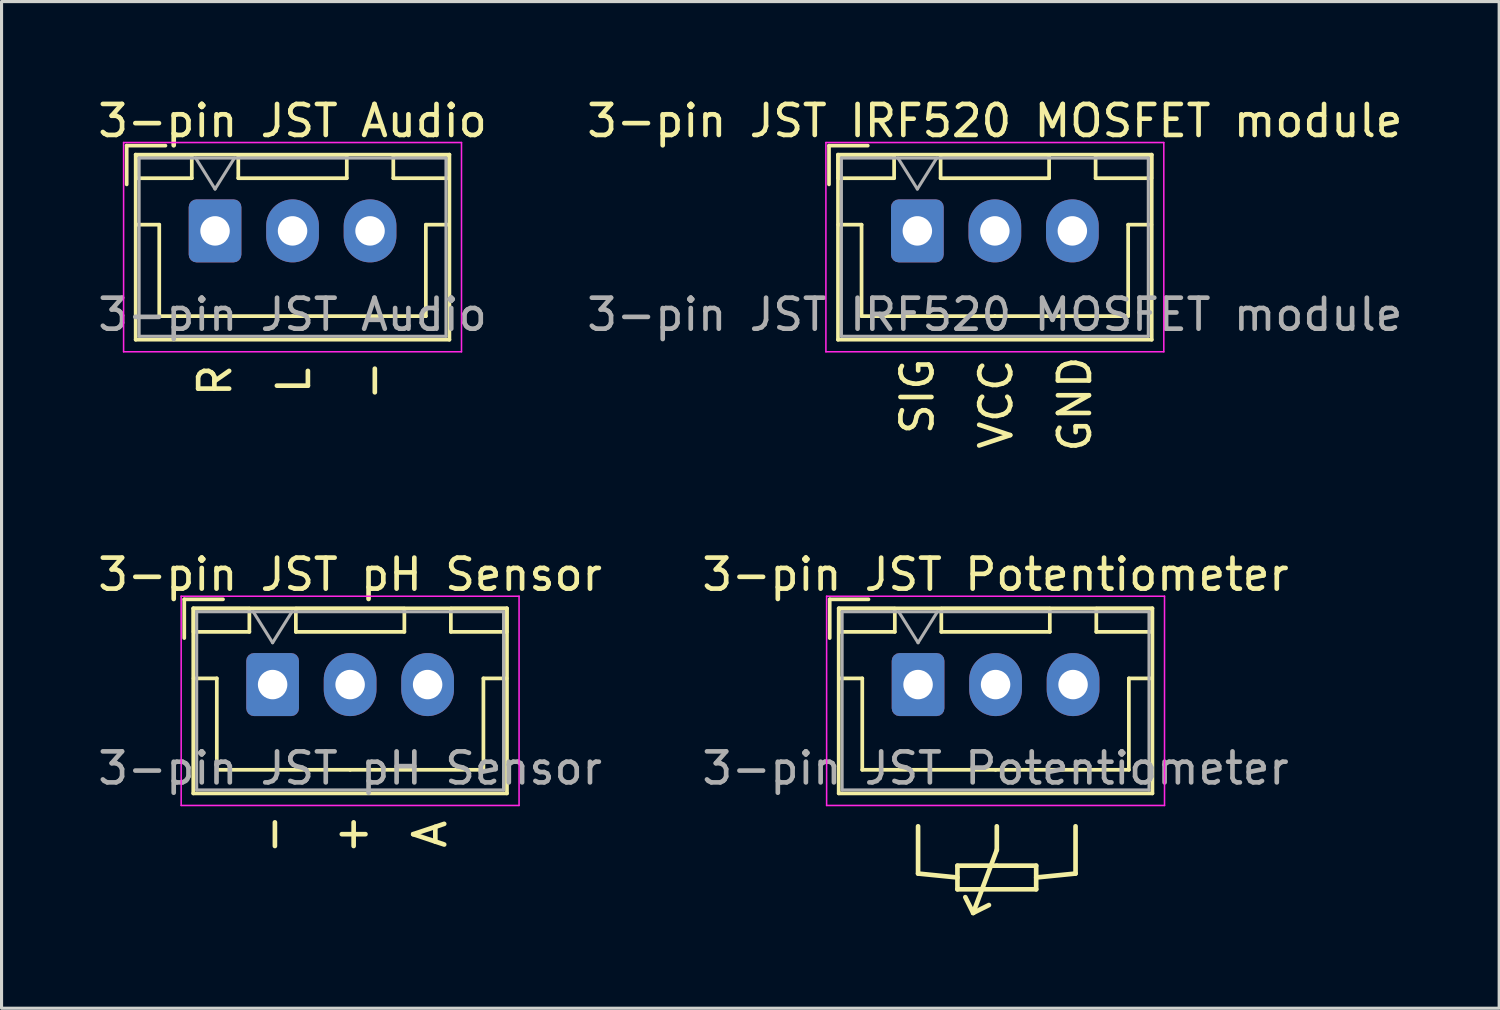
<source format=kicad_pcb>
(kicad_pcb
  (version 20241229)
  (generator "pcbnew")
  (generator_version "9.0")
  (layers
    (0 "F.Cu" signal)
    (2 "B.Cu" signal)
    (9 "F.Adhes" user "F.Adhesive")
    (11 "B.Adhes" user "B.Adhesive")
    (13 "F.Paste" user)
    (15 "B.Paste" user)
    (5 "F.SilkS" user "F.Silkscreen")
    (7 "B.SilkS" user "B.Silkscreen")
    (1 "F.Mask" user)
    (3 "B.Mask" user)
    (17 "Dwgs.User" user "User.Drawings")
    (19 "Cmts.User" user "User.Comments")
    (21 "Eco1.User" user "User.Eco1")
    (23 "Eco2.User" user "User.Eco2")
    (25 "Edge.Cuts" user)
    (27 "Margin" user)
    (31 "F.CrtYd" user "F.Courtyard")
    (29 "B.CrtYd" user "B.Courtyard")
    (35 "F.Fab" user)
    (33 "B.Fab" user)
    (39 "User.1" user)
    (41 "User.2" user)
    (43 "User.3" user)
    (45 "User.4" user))
  (footprint "3-pin JST Audio"
    (layer "F.Cu")
    (at 3.887 4.398)
    (property "Reference" "3-pin JST Audio" (at 2.5 -3.55 0) (layer "F.SilkS") (effects (font (size 1 1) (thickness 0.15))))
    (attr through_hole)
    (fp_line (start -2.85 -2.75) (end -2.85 -1.5) (stroke (width 0.12) (type solid)) (layer "F.SilkS"))
    (fp_line (start -2.56 -2.46) (end -2.56 3.51) (stroke (width 0.12) (type solid)) (layer "F.SilkS"))
    (fp_line (start -2.56 3.51) (end 7.56 3.51) (stroke (width 0.12) (type solid)) (layer "F.SilkS"))
    (fp_line (start -2.55 -2.45) (end -2.55 -1.7) (stroke (width 0.12) (type solid)) (layer "F.SilkS"))
    (fp_line (start -2.55 -1.7) (end -0.75 -1.7) (stroke (width 0.12) (type solid)) (layer "F.SilkS"))
    (fp_line (start -2.55 -0.2) (end -1.8 -0.2) (stroke (width 0.12) (type solid)) (layer "F.SilkS"))
    (fp_line (start -1.8 -0.2) (end -1.8 2.75) (stroke (width 0.12) (type solid)) (layer "F.SilkS"))
    (fp_line (start -1.8 2.75) (end 2.5 2.75) (stroke (width 0.12) (type solid)) (layer "F.SilkS"))
    (fp_line (start -1.6 -2.75) (end -2.85 -2.75) (stroke (width 0.12) (type solid)) (layer "F.SilkS"))
    (fp_line (start -0.75 -2.45) (end -2.55 -2.45) (stroke (width 0.12) (type solid)) (layer "F.SilkS"))
    (fp_line (start -0.75 -1.7) (end -0.75 -2.45) (stroke (width 0.12) (type solid)) (layer "F.SilkS"))
    (fp_line (start 0.75 -2.45) (end 0.75 -1.7) (stroke (width 0.12) (type solid)) (layer "F.SilkS"))
    (fp_line (start 0.75 -1.7) (end 4.25 -1.7) (stroke (width 0.12) (type solid)) (layer "F.SilkS"))
    (fp_line (start 4.25 -2.45) (end 0.75 -2.45) (stroke (width 0.12) (type solid)) (layer "F.SilkS"))
    (fp_line (start 4.25 -1.7) (end 4.25 -2.45) (stroke (width 0.12) (type solid)) (layer "F.SilkS"))
    (fp_line (start 5.75 -2.45) (end 5.75 -1.7) (stroke (width 0.12) (type solid)) (layer "F.SilkS"))
    (fp_line (start 5.75 -1.7) (end 7.55 -1.7) (stroke (width 0.12) (type solid)) (layer "F.SilkS"))
    (fp_line (start 6.8 -0.2) (end 6.8 2.75) (stroke (width 0.12) (type solid)) (layer "F.SilkS"))
    (fp_line (start 6.8 2.75) (end 2.5 2.75) (stroke (width 0.12) (type solid)) (layer "F.SilkS"))
    (fp_line (start 7.55 -2.45) (end 5.75 -2.45) (stroke (width 0.12) (type solid)) (layer "F.SilkS"))
    (fp_line (start 7.55 -1.7) (end 7.55 -2.45) (stroke (width 0.12) (type solid)) (layer "F.SilkS"))
    (fp_line (start 7.55 -0.2) (end 6.8 -0.2) (stroke (width 0.12) (type solid)) (layer "F.SilkS"))
    (fp_line (start 7.56 -2.46) (end -2.56 -2.46) (stroke (width 0.12) (type solid)) (layer "F.SilkS"))
    (fp_line (start 7.56 3.51) (end 7.56 -2.46) (stroke (width 0.12) (type solid)) (layer "F.SilkS"))
    (fp_line (start -2.95 -2.85) (end -2.95 3.9) (stroke (width 0.05) (type solid)) (layer "F.CrtYd"))
    (fp_line (start -2.95 3.9) (end 7.95 3.9) (stroke (width 0.05) (type solid)) (layer "F.CrtYd"))
    (fp_line (start 7.95 -2.85) (end -2.95 -2.85) (stroke (width 0.05) (type solid)) (layer "F.CrtYd"))
    (fp_line (start 7.95 3.9) (end 7.95 -2.85) (stroke (width 0.05) (type solid)) (layer "F.CrtYd"))
    (fp_line (start -2.45 -2.35) (end -2.45 3.4) (stroke (width 0.1) (type solid)) (layer "F.Fab"))
    (fp_line (start -2.45 3.4) (end 7.45 3.4) (stroke (width 0.1) (type solid)) (layer "F.Fab"))
    (fp_line (start -0.625 -2.35) (end 0 -1.35) (stroke (width 0.1) (type solid)) (layer "F.Fab"))
    (fp_line (start 0 -1.35) (end 0.625 -2.35) (stroke (width 0.1) (type solid)) (layer "F.Fab"))
    (fp_line (start 7.45 -2.35) (end -2.45 -2.35) (stroke (width 0.1) (type solid)) (layer "F.Fab"))
    (fp_line (start 7.45 3.4) (end 7.45 -2.35) (stroke (width 0.1) (type solid)) (layer "F.Fab"))
    (fp_text user "-" (at 5.08 4.826 90) (unlocked yes) (layer "F.SilkS") (effects (font (size 1 1) (thickness 0.15))))
    (fp_text user "L" (at 2.54 4.826 90) (unlocked yes) (layer "F.SilkS") (effects (font (size 1 1) (thickness 0.15))))
    (fp_text user "R" (at 0 4.826 90) (unlocked yes) (layer "F.SilkS") (effects (font (size 1 1) (thickness 0.15))))
    (fp_text user "${REFERENCE}" (at 2.5 2.7 0) (layer "F.Fab") (effects (font (size 1 1) (thickness 0.15))))
    (pad "1" thru_hole roundrect (at 0 0) (size 1.7 2.032) (drill 0.95) (layers "*.Cu" "*.Mask") (roundrect_rratio 0.147))
    (pad "2" thru_hole oval (at 2.5 0) (size 1.7 2.032) (drill 0.95) (layers "*.Cu" "*.Mask"))
    (pad "3" thru_hole oval (at 5 0) (size 1.7 2.032) (drill 0.95) (layers "*.Cu" "*.Mask")))
  (footprint "3-pin JST Potentiometer"
    (layer "F.Cu")
    (at 26.565 19.033)
    (property "Reference" "3-pin JST Potentiometer" (at 2.5 -3.55 0) (layer "F.SilkS") (effects (font (size 1 1) (thickness 0.15))))
    (attr through_hole)
    (fp_line (start -2.85 -2.75) (end -2.85 -1.5) (stroke (width 0.12) (type solid)) (layer "F.SilkS"))
    (fp_line (start -2.56 -2.46) (end -2.56 3.51) (stroke (width 0.12) (type solid)) (layer "F.SilkS"))
    (fp_line (start -2.56 3.51) (end 7.56 3.51) (stroke (width 0.12) (type solid)) (layer "F.SilkS"))
    (fp_line (start -2.55 -2.45) (end -2.55 -1.7) (stroke (width 0.12) (type solid)) (layer "F.SilkS"))
    (fp_line (start -2.55 -1.7) (end -0.75 -1.7) (stroke (width 0.12) (type solid)) (layer "F.SilkS"))
    (fp_line (start -2.55 -0.2) (end -1.8 -0.2) (stroke (width 0.12) (type solid)) (layer "F.SilkS"))
    (fp_line (start -1.8 -0.2) (end -1.8 2.75) (stroke (width 0.12) (type solid)) (layer "F.SilkS"))
    (fp_line (start -1.8 2.75) (end 2.5 2.75) (stroke (width 0.12) (type solid)) (layer "F.SilkS"))
    (fp_line (start -1.6 -2.75) (end -2.85 -2.75) (stroke (width 0.12) (type solid)) (layer "F.SilkS"))
    (fp_line (start -0.75 -2.45) (end -2.55 -2.45) (stroke (width 0.12) (type solid)) (layer "F.SilkS"))
    (fp_line (start -0.75 -1.7) (end -0.75 -2.45) (stroke (width 0.12) (type solid)) (layer "F.SilkS"))
    (fp_line (start 0 6.096) (end 0 4.572) (stroke (width 0.15) (type solid)) (layer "F.SilkS"))
    (fp_line (start 0.75 -2.45) (end 0.75 -1.7) (stroke (width 0.12) (type solid)) (layer "F.SilkS"))
    (fp_line (start 0.75 -1.7) (end 4.25 -1.7) (stroke (width 0.12) (type solid)) (layer "F.SilkS"))
    (fp_line (start 1.27 5.842) (end 1.27 6.604) (stroke (width 0.15) (type solid)) (layer "F.SilkS"))
    (fp_line (start 1.27 6.223) (end 0 6.096) (stroke (width 0.15) (type solid)) (layer "F.SilkS"))
    (fp_line (start 1.27 6.604) (end 3.81 6.604) (stroke (width 0.15) (type solid)) (layer "F.SilkS"))
    (fp_line (start 1.778 7.366) (end 1.524 6.858) (stroke (width 0.15) (type solid)) (layer "F.SilkS"))
    (fp_line (start 1.778 7.366) (end 2.286 7.112) (stroke (width 0.15) (type solid)) (layer "F.SilkS"))
    (fp_line (start 2.54 4.572) (end 2.54 5.334) (stroke (width 0.15) (type solid)) (layer "F.SilkS"))
    (fp_line (start 2.54 5.334) (end 1.778 7.366) (stroke (width 0.15) (type solid)) (layer "F.SilkS"))
    (fp_line (start 2.54 5.842) (end 1.27 5.842) (stroke (width 0.15) (type solid)) (layer "F.SilkS"))
    (fp_line (start 3.81 5.842) (end 2.54 5.842) (stroke (width 0.15) (type solid)) (layer "F.SilkS"))
    (fp_line (start 3.81 6.223) (end 5.08 6.096) (stroke (width 0.15) (type solid)) (layer "F.SilkS"))
    (fp_line (start 3.81 6.604) (end 3.81 5.842) (stroke (width 0.15) (type solid)) (layer "F.SilkS"))
    (fp_line (start 4.25 -2.45) (end 0.75 -2.45) (stroke (width 0.12) (type solid)) (layer "F.SilkS"))
    (fp_line (start 4.25 -1.7) (end 4.25 -2.45) (stroke (width 0.12) (type solid)) (layer "F.SilkS"))
    (fp_line (start 5.08 6.096) (end 5.08 4.572) (stroke (width 0.15) (type solid)) (layer "F.SilkS"))
    (fp_line (start 5.75 -2.45) (end 5.75 -1.7) (stroke (width 0.12) (type solid)) (layer "F.SilkS"))
    (fp_line (start 5.75 -1.7) (end 7.55 -1.7) (stroke (width 0.12) (type solid)) (layer "F.SilkS"))
    (fp_line (start 6.8 -0.2) (end 6.8 2.75) (stroke (width 0.12) (type solid)) (layer "F.SilkS"))
    (fp_line (start 6.8 2.75) (end 2.5 2.75) (stroke (width 0.12) (type solid)) (layer "F.SilkS"))
    (fp_line (start 7.55 -2.45) (end 5.75 -2.45) (stroke (width 0.12) (type solid)) (layer "F.SilkS"))
    (fp_line (start 7.55 -1.7) (end 7.55 -2.45) (stroke (width 0.12) (type solid)) (layer "F.SilkS"))
    (fp_line (start 7.55 -0.2) (end 6.8 -0.2) (stroke (width 0.12) (type solid)) (layer "F.SilkS"))
    (fp_line (start 7.56 -2.46) (end -2.56 -2.46) (stroke (width 0.12) (type solid)) (layer "F.SilkS"))
    (fp_line (start 7.56 3.51) (end 7.56 -2.46) (stroke (width 0.12) (type solid)) (layer "F.SilkS"))
    (fp_line (start -2.95 -2.85) (end -2.95 3.9) (stroke (width 0.05) (type solid)) (layer "F.CrtYd"))
    (fp_line (start -2.95 3.9) (end 7.95 3.9) (stroke (width 0.05) (type solid)) (layer "F.CrtYd"))
    (fp_line (start 7.95 -2.85) (end -2.95 -2.85) (stroke (width 0.05) (type solid)) (layer "F.CrtYd"))
    (fp_line (start 7.95 3.9) (end 7.95 -2.85) (stroke (width 0.05) (type solid)) (layer "F.CrtYd"))
    (fp_line (start -2.45 -2.35) (end -2.45 3.4) (stroke (width 0.1) (type solid)) (layer "F.Fab"))
    (fp_line (start -2.45 3.4) (end 7.45 3.4) (stroke (width 0.1) (type solid)) (layer "F.Fab"))
    (fp_line (start -0.625 -2.35) (end 0 -1.35) (stroke (width 0.1) (type solid)) (layer "F.Fab"))
    (fp_line (start 0 -1.35) (end 0.625 -2.35) (stroke (width 0.1) (type solid)) (layer "F.Fab"))
    (fp_line (start 7.45 -2.35) (end -2.45 -2.35) (stroke (width 0.1) (type solid)) (layer "F.Fab"))
    (fp_line (start 7.45 3.4) (end 7.45 -2.35) (stroke (width 0.1) (type solid)) (layer "F.Fab"))
    (fp_text user "${REFERENCE}" (at 2.5 2.7 0) (layer "F.Fab") (effects (font (size 1 1) (thickness 0.15))))
    (pad "1" thru_hole roundrect (at 0 0) (size 1.7 2.032) (drill 0.95) (layers "*.Cu" "*.Mask") (roundrect_rratio 0.147))
    (pad "2" thru_hole oval (at 2.5 0) (size 1.7 2.032) (drill 0.95) (layers "*.Cu" "*.Mask"))
    (pad "3" thru_hole oval (at 5 0) (size 1.7 2.032) (drill 0.95) (layers "*.Cu" "*.Mask")))
  (footprint "3-pin JST IRF520 MOSFET module"
    (layer "F.Cu")
    (at 26.542 4.398)
    (property "Reference" "3-pin JST IRF520 MOSFET module" (at 2.5 -3.55 0) (layer "F.SilkS") (effects (font (size 1 1) (thickness 0.15))))
    (attr through_hole)
    (fp_line (start -2.85 -2.75) (end -2.85 -1.5) (stroke (width 0.12) (type solid)) (layer "F.SilkS"))
    (fp_line (start -2.56 -2.46) (end -2.56 3.51) (stroke (width 0.12) (type solid)) (layer "F.SilkS"))
    (fp_line (start -2.56 3.51) (end 7.56 3.51) (stroke (width 0.12) (type solid)) (layer "F.SilkS"))
    (fp_line (start -2.55 -2.45) (end -2.55 -1.7) (stroke (width 0.12) (type solid)) (layer "F.SilkS"))
    (fp_line (start -2.55 -1.7) (end -0.75 -1.7) (stroke (width 0.12) (type solid)) (layer "F.SilkS"))
    (fp_line (start -2.55 -0.2) (end -1.8 -0.2) (stroke (width 0.12) (type solid)) (layer "F.SilkS"))
    (fp_line (start -1.8 -0.2) (end -1.8 2.75) (stroke (width 0.12) (type solid)) (layer "F.SilkS"))
    (fp_line (start -1.8 2.75) (end 2.5 2.75) (stroke (width 0.12) (type solid)) (layer "F.SilkS"))
    (fp_line (start -1.6 -2.75) (end -2.85 -2.75) (stroke (width 0.12) (type solid)) (layer "F.SilkS"))
    (fp_line (start -0.75 -2.45) (end -2.55 -2.45) (stroke (width 0.12) (type solid)) (layer "F.SilkS"))
    (fp_line (start -0.75 -1.7) (end -0.75 -2.45) (stroke (width 0.12) (type solid)) (layer "F.SilkS"))
    (fp_line (start 0.75 -2.45) (end 0.75 -1.7) (stroke (width 0.12) (type solid)) (layer "F.SilkS"))
    (fp_line (start 0.75 -1.7) (end 4.25 -1.7) (stroke (width 0.12) (type solid)) (layer "F.SilkS"))
    (fp_line (start 4.25 -2.45) (end 0.75 -2.45) (stroke (width 0.12) (type solid)) (layer "F.SilkS"))
    (fp_line (start 4.25 -1.7) (end 4.25 -2.45) (stroke (width 0.12) (type solid)) (layer "F.SilkS"))
    (fp_line (start 5.75 -2.45) (end 5.75 -1.7) (stroke (width 0.12) (type solid)) (layer "F.SilkS"))
    (fp_line (start 5.75 -1.7) (end 7.55 -1.7) (stroke (width 0.12) (type solid)) (layer "F.SilkS"))
    (fp_line (start 6.8 -0.2) (end 6.8 2.75) (stroke (width 0.12) (type solid)) (layer "F.SilkS"))
    (fp_line (start 6.8 2.75) (end 2.5 2.75) (stroke (width 0.12) (type solid)) (layer "F.SilkS"))
    (fp_line (start 7.55 -2.45) (end 5.75 -2.45) (stroke (width 0.12) (type solid)) (layer "F.SilkS"))
    (fp_line (start 7.55 -1.7) (end 7.55 -2.45) (stroke (width 0.12) (type solid)) (layer "F.SilkS"))
    (fp_line (start 7.55 -0.2) (end 6.8 -0.2) (stroke (width 0.12) (type solid)) (layer "F.SilkS"))
    (fp_line (start 7.56 -2.46) (end -2.56 -2.46) (stroke (width 0.12) (type solid)) (layer "F.SilkS"))
    (fp_line (start 7.56 3.51) (end 7.56 -2.46) (stroke (width 0.12) (type solid)) (layer "F.SilkS"))
    (fp_line (start -2.95 -2.85) (end -2.95 3.9) (stroke (width 0.05) (type solid)) (layer "F.CrtYd"))
    (fp_line (start -2.95 3.9) (end 7.95 3.9) (stroke (width 0.05) (type solid)) (layer "F.CrtYd"))
    (fp_line (start 7.95 -2.85) (end -2.95 -2.85) (stroke (width 0.05) (type solid)) (layer "F.CrtYd"))
    (fp_line (start 7.95 3.9) (end 7.95 -2.85) (stroke (width 0.05) (type solid)) (layer "F.CrtYd"))
    (fp_line (start -2.45 -2.35) (end -2.45 3.4) (stroke (width 0.1) (type solid)) (layer "F.Fab"))
    (fp_line (start -2.45 3.4) (end 7.45 3.4) (stroke (width 0.1) (type solid)) (layer "F.Fab"))
    (fp_line (start -0.625 -2.35) (end 0 -1.35) (stroke (width 0.1) (type solid)) (layer "F.Fab"))
    (fp_line (start 0 -1.35) (end 0.625 -2.35) (stroke (width 0.1) (type solid)) (layer "F.Fab"))
    (fp_line (start 7.45 -2.35) (end -2.45 -2.35) (stroke (width 0.1) (type solid)) (layer "F.Fab"))
    (fp_line (start 7.45 3.4) (end 7.45 -2.35) (stroke (width 0.1) (type solid)) (layer "F.Fab"))
    (fp_text user "SIG" (at 0 5.334 90) (unlocked yes) (layer "F.SilkS") (effects (font (size 1 1) (thickness 0.15))))
    (fp_text user "VCC" (at 2.54 5.588 90) (unlocked yes) (layer "F.SilkS") (effects (font (size 1 1) (thickness 0.15))))
    (fp_text user "GND" (at 5.08 5.588 90) (unlocked yes) (layer "F.SilkS") (effects (font (size 1 1) (thickness 0.15))))
    (fp_text user "${REFERENCE}" (at 2.5 2.7 0) (layer "F.Fab") (effects (font (size 1 1) (thickness 0.15))))
    (pad "1" thru_hole roundrect (at 0 0) (size 1.7 2.032) (drill 0.95) (layers "*.Cu" "*.Mask") (roundrect_rratio 0.147))
    (pad "2" thru_hole oval (at 2.5 0) (size 1.7 2.032) (drill 0.95) (layers "*.Cu" "*.Mask"))
    (pad "3" thru_hole oval (at 5 0) (size 1.7 2.032) (drill 0.95) (layers "*.Cu" "*.Mask")))
  (footprint "3-pin JST pH Sensor"
    (layer "F.Cu")
    (at 5.744 19.033)
    (property "Reference" "3-pin JST pH Sensor" (at 2.5 -3.55 0) (layer "F.SilkS") (effects (font (size 1 1) (thickness 0.15))))
    (attr through_hole)
    (fp_line (start -2.85 -2.75) (end -2.85 -1.5) (stroke (width 0.12) (type solid)) (layer "F.SilkS"))
    (fp_line (start -2.56 -2.46) (end -2.56 3.51) (stroke (width 0.12) (type solid)) (layer "F.SilkS"))
    (fp_line (start -2.56 3.51) (end 7.56 3.51) (stroke (width 0.12) (type solid)) (layer "F.SilkS"))
    (fp_line (start -2.55 -2.45) (end -2.55 -1.7) (stroke (width 0.12) (type solid)) (layer "F.SilkS"))
    (fp_line (start -2.55 -1.7) (end -0.75 -1.7) (stroke (width 0.12) (type solid)) (layer "F.SilkS"))
    (fp_line (start -2.55 -0.2) (end -1.8 -0.2) (stroke (width 0.12) (type solid)) (layer "F.SilkS"))
    (fp_line (start -1.8 -0.2) (end -1.8 2.75) (stroke (width 0.12) (type solid)) (layer "F.SilkS"))
    (fp_line (start -1.8 2.75) (end 2.5 2.75) (stroke (width 0.12) (type solid)) (layer "F.SilkS"))
    (fp_line (start -1.6 -2.75) (end -2.85 -2.75) (stroke (width 0.12) (type solid)) (layer "F.SilkS"))
    (fp_line (start -0.75 -2.45) (end -2.55 -2.45) (stroke (width 0.12) (type solid)) (layer "F.SilkS"))
    (fp_line (start -0.75 -1.7) (end -0.75 -2.45) (stroke (width 0.12) (type solid)) (layer "F.SilkS"))
    (fp_line (start 0.75 -2.45) (end 0.75 -1.7) (stroke (width 0.12) (type solid)) (layer "F.SilkS"))
    (fp_line (start 0.75 -1.7) (end 4.25 -1.7) (stroke (width 0.12) (type solid)) (layer "F.SilkS"))
    (fp_line (start 4.25 -2.45) (end 0.75 -2.45) (stroke (width 0.12) (type solid)) (layer "F.SilkS"))
    (fp_line (start 4.25 -1.7) (end 4.25 -2.45) (stroke (width 0.12) (type solid)) (layer "F.SilkS"))
    (fp_line (start 5.75 -2.45) (end 5.75 -1.7) (stroke (width 0.12) (type solid)) (layer "F.SilkS"))
    (fp_line (start 5.75 -1.7) (end 7.55 -1.7) (stroke (width 0.12) (type solid)) (layer "F.SilkS"))
    (fp_line (start 6.8 -0.2) (end 6.8 2.75) (stroke (width 0.12) (type solid)) (layer "F.SilkS"))
    (fp_line (start 6.8 2.75) (end 2.5 2.75) (stroke (width 0.12) (type solid)) (layer "F.SilkS"))
    (fp_line (start 7.55 -2.45) (end 5.75 -2.45) (stroke (width 0.12) (type solid)) (layer "F.SilkS"))
    (fp_line (start 7.55 -1.7) (end 7.55 -2.45) (stroke (width 0.12) (type solid)) (layer "F.SilkS"))
    (fp_line (start 7.55 -0.2) (end 6.8 -0.2) (stroke (width 0.12) (type solid)) (layer "F.SilkS"))
    (fp_line (start 7.56 -2.46) (end -2.56 -2.46) (stroke (width 0.12) (type solid)) (layer "F.SilkS"))
    (fp_line (start 7.56 3.51) (end 7.56 -2.46) (stroke (width 0.12) (type solid)) (layer "F.SilkS"))
    (fp_line (start -2.95 -2.85) (end -2.95 3.9) (stroke (width 0.05) (type solid)) (layer "F.CrtYd"))
    (fp_line (start -2.95 3.9) (end 7.95 3.9) (stroke (width 0.05) (type solid)) (layer "F.CrtYd"))
    (fp_line (start 7.95 -2.85) (end -2.95 -2.85) (stroke (width 0.05) (type solid)) (layer "F.CrtYd"))
    (fp_line (start 7.95 3.9) (end 7.95 -2.85) (stroke (width 0.05) (type solid)) (layer "F.CrtYd"))
    (fp_line (start -2.45 -2.35) (end -2.45 3.4) (stroke (width 0.1) (type solid)) (layer "F.Fab"))
    (fp_line (start -2.45 3.4) (end 7.45 3.4) (stroke (width 0.1) (type solid)) (layer "F.Fab"))
    (fp_line (start -0.625 -2.35) (end 0 -1.35) (stroke (width 0.1) (type solid)) (layer "F.Fab"))
    (fp_line (start 0 -1.35) (end 0.625 -2.35) (stroke (width 0.1) (type solid)) (layer "F.Fab"))
    (fp_line (start 7.45 -2.35) (end -2.45 -2.35) (stroke (width 0.1) (type solid)) (layer "F.Fab"))
    (fp_line (start 7.45 3.4) (end 7.45 -2.35) (stroke (width 0.1) (type solid)) (layer "F.Fab"))
    (fp_text user "A" (at 5.08 4.826 90) (unlocked yes) (layer "F.SilkS") (effects (font (size 1 1) (thickness 0.15))))
    (fp_text user "-" (at 0 4.826 90) (unlocked yes) (layer "F.SilkS") (effects (font (size 1 1) (thickness 0.15))))
    (fp_text user "+" (at 2.54 4.826 90) (unlocked yes) (layer "F.SilkS") (effects (font (size 1 1) (thickness 0.15))))
    (fp_text user "${REFERENCE}" (at 2.5 2.7 0) (layer "F.Fab") (effects (font (size 1 1) (thickness 0.15))))
    (pad "1" thru_hole roundrect (at 0 0) (size 1.7 2.032) (drill 0.95) (layers "*.Cu" "*.Mask") (roundrect_rratio 0.147))
    (pad "2" thru_hole oval (at 2.5 0) (size 1.7 2.032) (drill 0.95) (layers "*.Cu" "*.Mask"))
    (pad "3" thru_hole oval (at 5 0) (size 1.7 2.032) (drill 0.95) (layers "*.Cu" "*.Mask")))
  (gr_rect
    (start -3 -3)
    (end 45.31 29.474)
    (stroke (width 0.1) (type default))
    (fill no)
    (layer "Edge.Cuts")))
</source>
